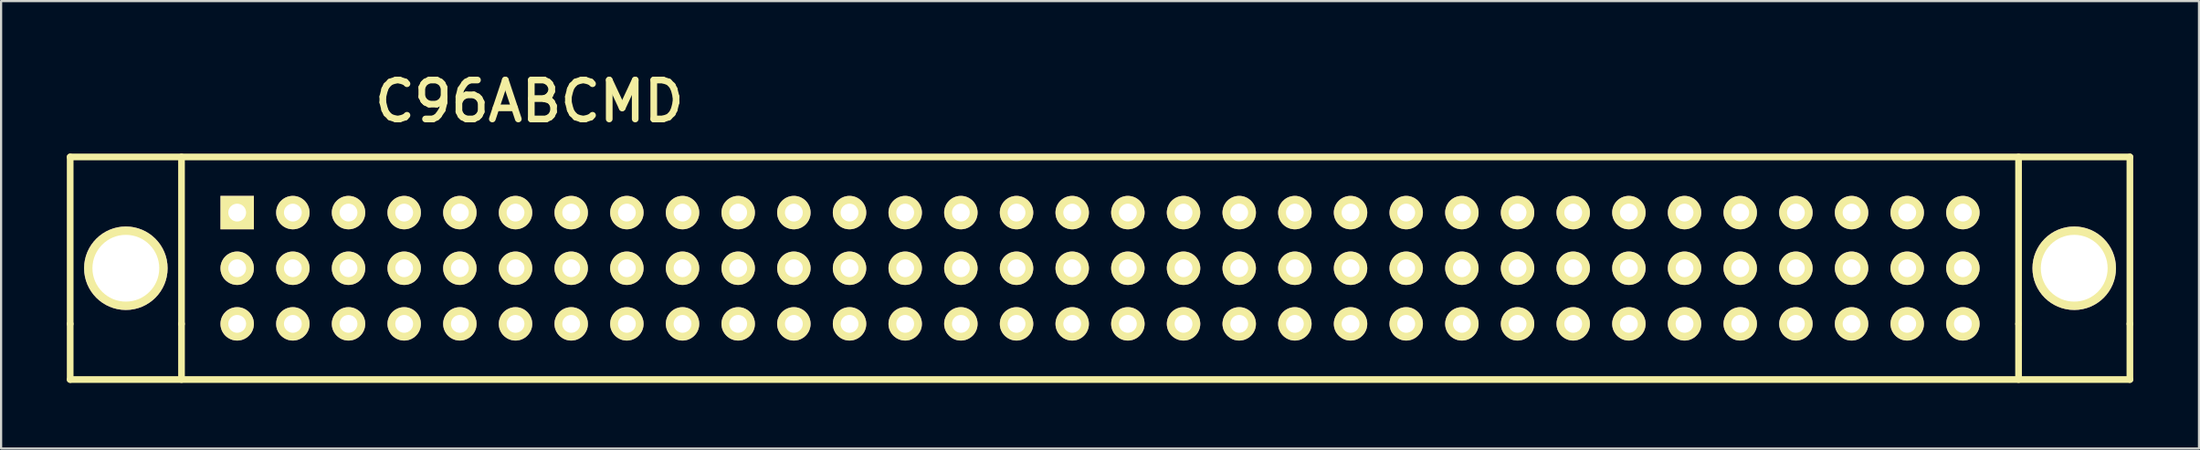
<source format=kicad_pcb>
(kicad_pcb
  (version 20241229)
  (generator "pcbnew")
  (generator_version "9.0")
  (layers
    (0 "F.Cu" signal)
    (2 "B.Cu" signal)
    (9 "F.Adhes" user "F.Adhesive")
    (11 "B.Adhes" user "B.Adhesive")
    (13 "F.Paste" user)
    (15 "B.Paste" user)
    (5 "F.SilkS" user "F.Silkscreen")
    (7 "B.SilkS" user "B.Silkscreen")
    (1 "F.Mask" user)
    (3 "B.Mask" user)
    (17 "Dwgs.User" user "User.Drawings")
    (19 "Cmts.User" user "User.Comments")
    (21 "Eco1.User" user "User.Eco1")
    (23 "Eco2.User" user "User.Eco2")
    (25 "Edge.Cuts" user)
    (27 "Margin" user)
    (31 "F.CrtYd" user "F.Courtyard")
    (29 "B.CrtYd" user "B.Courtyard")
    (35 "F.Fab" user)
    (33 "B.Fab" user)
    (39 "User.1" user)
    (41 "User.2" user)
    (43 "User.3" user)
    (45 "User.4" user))
  (footprint "C96ABCMD"
    (layer "F.Cu")
    (at 47.142 9.195)
    (property "Reference" "C96ABCMD" (at -26.035 -7.62 0) (layer "F.SilkS") (effects (font (size 1.778 1.778) (thickness 0.305))))
    (attr through_hole)
    (fp_line (start -46.99 -5.08) (end 46.99 -5.08) (stroke (width 0.305) (type solid)) (layer "F.SilkS"))
    (fp_line (start -46.99 2.54) (end -46.99 -5.08) (stroke (width 0.305) (type solid)) (layer "F.SilkS"))
    (fp_line (start -46.99 2.54) (end -46.99 5.08) (stroke (width 0.305) (type solid)) (layer "F.SilkS"))
    (fp_line (start -46.99 5.08) (end 46.99 5.08) (stroke (width 0.305) (type solid)) (layer "F.SilkS"))
    (fp_line (start -41.91 2.54) (end -41.91 -5.08) (stroke (width 0.305) (type solid)) (layer "F.SilkS"))
    (fp_line (start -41.91 2.54) (end -41.91 5.08) (stroke (width 0.305) (type solid)) (layer "F.SilkS"))
    (fp_line (start 41.91 2.54) (end 41.91 -5.08) (stroke (width 0.305) (type solid)) (layer "F.SilkS"))
    (fp_line (start 41.91 5.08) (end 41.91 2.54) (stroke (width 0.305) (type solid)) (layer "F.SilkS"))
    (fp_line (start 46.99 -5.08) (end 46.99 2.54) (stroke (width 0.305) (type solid)) (layer "F.SilkS"))
    (fp_line (start 46.99 5.08) (end 46.99 2.54) (stroke (width 0.305) (type solid)) (layer "F.SilkS"))
    (pad "65" thru_hole circle (at -44.45 0) (size 3.81 3.81) (drill 3.048) (layers "*.Cu" "*.Mask" "F.SilkS"))
    (pad "66" thru_hole circle (at 44.45 0) (size 3.81 3.81) (drill 3.048) (layers "*.Cu" "*.Mask" "F.SilkS"))
    (pad "A1" thru_hole rect (at -39.37 -2.54) (size 1.524 1.524) (drill 0.813) (layers "*.Cu" "*.Mask" "F.SilkS"))
    (pad "A2" thru_hole circle (at -36.83 -2.54) (size 1.524 1.524) (drill 0.813) (layers "*.Cu" "*.Mask" "F.SilkS"))
    (pad "A3" thru_hole circle (at -34.29 -2.54) (size 1.524 1.524) (drill 0.813) (layers "*.Cu" "*.Mask" "F.SilkS"))
    (pad "A4" thru_hole circle (at -31.75 -2.54) (size 1.524 1.524) (drill 0.813) (layers "*.Cu" "*.Mask" "F.SilkS"))
    (pad "A5" thru_hole circle (at -29.21 -2.54) (size 1.524 1.524) (drill 0.813) (layers "*.Cu" "*.Mask" "F.SilkS"))
    (pad "A6" thru_hole circle (at -26.67 -2.54) (size 1.524 1.524) (drill 0.813) (layers "*.Cu" "*.Mask" "F.SilkS"))
    (pad "A7" thru_hole circle (at -24.13 -2.54) (size 1.524 1.524) (drill 0.813) (layers "*.Cu" "*.Mask" "F.SilkS"))
    (pad "A8" thru_hole circle (at -21.59 -2.54) (size 1.524 1.524) (drill 0.813) (layers "*.Cu" "*.Mask" "F.SilkS"))
    (pad "A9" thru_hole circle (at -19.05 -2.54) (size 1.524 1.524) (drill 0.813) (layers "*.Cu" "*.Mask" "F.SilkS"))
    (pad "A10" thru_hole circle (at -16.51 -2.54) (size 1.524 1.524) (drill 0.813) (layers "*.Cu" "*.Mask" "F.SilkS"))
    (pad "A11" thru_hole circle (at -13.97 -2.54) (size 1.524 1.524) (drill 0.813) (layers "*.Cu" "*.Mask" "F.SilkS"))
    (pad "A12" thru_hole circle (at -11.43 -2.54) (size 1.524 1.524) (drill 0.813) (layers "*.Cu" "*.Mask" "F.SilkS"))
    (pad "A13" thru_hole circle (at -8.89 -2.54) (size 1.524 1.524) (drill 0.813) (layers "*.Cu" "*.Mask" "F.SilkS"))
    (pad "A14" thru_hole circle (at -6.35 -2.54) (size 1.524 1.524) (drill 0.813) (layers "*.Cu" "*.Mask" "F.SilkS"))
    (pad "A15" thru_hole circle (at -3.81 -2.54) (size 1.524 1.524) (drill 0.813) (layers "*.Cu" "*.Mask" "F.SilkS"))
    (pad "A16" thru_hole circle (at -1.27 -2.54) (size 1.524 1.524) (drill 0.813) (layers "*.Cu" "*.Mask" "F.SilkS"))
    (pad "A17" thru_hole circle (at 1.27 -2.54) (size 1.524 1.524) (drill 0.813) (layers "*.Cu" "*.Mask" "F.SilkS"))
    (pad "A18" thru_hole circle (at 3.81 -2.54) (size 1.524 1.524) (drill 0.813) (layers "*.Cu" "*.Mask" "F.SilkS"))
    (pad "A19" thru_hole circle (at 6.35 -2.54) (size 1.524 1.524) (drill 0.813) (layers "*.Cu" "*.Mask" "F.SilkS"))
    (pad "A20" thru_hole circle (at 8.89 -2.54) (size 1.524 1.524) (drill 0.813) (layers "*.Cu" "*.Mask" "F.SilkS"))
    (pad "A21" thru_hole circle (at 11.43 -2.54) (size 1.524 1.524) (drill 0.813) (layers "*.Cu" "*.Mask" "F.SilkS"))
    (pad "A22" thru_hole circle (at 13.97 -2.54) (size 1.524 1.524) (drill 0.813) (layers "*.Cu" "*.Mask" "F.SilkS"))
    (pad "A23" thru_hole circle (at 16.51 -2.54) (size 1.524 1.524) (drill 0.813) (layers "*.Cu" "*.Mask" "F.SilkS"))
    (pad "A24" thru_hole circle (at 19.05 -2.54) (size 1.524 1.524) (drill 0.813) (layers "*.Cu" "*.Mask" "F.SilkS"))
    (pad "A25" thru_hole circle (at 21.59 -2.54) (size 1.524 1.524) (drill 0.813) (layers "*.Cu" "*.Mask" "F.SilkS"))
    (pad "A26" thru_hole circle (at 24.13 -2.54) (size 1.524 1.524) (drill 0.813) (layers "*.Cu" "*.Mask" "F.SilkS"))
    (pad "A27" thru_hole circle (at 26.67 -2.54) (size 1.524 1.524) (drill 0.813) (layers "*.Cu" "*.Mask" "F.SilkS"))
    (pad "A28" thru_hole circle (at 29.21 -2.54) (size 1.524 1.524) (drill 0.813) (layers "*.Cu" "*.Mask" "F.SilkS"))
    (pad "A29" thru_hole circle (at 31.75 -2.54) (size 1.524 1.524) (drill 0.813) (layers "*.Cu" "*.Mask" "F.SilkS"))
    (pad "A30" thru_hole circle (at 34.29 -2.54) (size 1.524 1.524) (drill 0.813) (layers "*.Cu" "*.Mask" "F.SilkS"))
    (pad "A31" thru_hole circle (at 36.83 -2.54) (size 1.524 1.524) (drill 0.813) (layers "*.Cu" "*.Mask" "F.SilkS"))
    (pad "A32" thru_hole circle (at 39.37 -2.54) (size 1.524 1.524) (drill 0.813) (layers "*.Cu" "*.Mask" "F.SilkS"))
    (pad "B1" thru_hole circle (at -39.37 0) (size 1.524 1.524) (drill 0.813) (layers "*.Cu" "*.Mask" "F.SilkS"))
    (pad "B2" thru_hole circle (at -36.83 0) (size 1.524 1.524) (drill 0.813) (layers "*.Cu" "*.Mask" "F.SilkS"))
    (pad "B3" thru_hole circle (at -34.29 0) (size 1.524 1.524) (drill 0.813) (layers "*.Cu" "*.Mask" "F.SilkS"))
    (pad "B4" thru_hole circle (at -31.75 0) (size 1.524 1.524) (drill 0.813) (layers "*.Cu" "*.Mask" "F.SilkS"))
    (pad "B5" thru_hole circle (at -29.21 0) (size 1.524 1.524) (drill 0.813) (layers "*.Cu" "*.Mask" "F.SilkS"))
    (pad "B6" thru_hole circle (at -26.67 0) (size 1.524 1.524) (drill 0.813) (layers "*.Cu" "*.Mask" "F.SilkS"))
    (pad "B7" thru_hole circle (at -24.13 0) (size 1.524 1.524) (drill 0.813) (layers "*.Cu" "*.Mask" "F.SilkS"))
    (pad "B8" thru_hole circle (at -21.59 0) (size 1.524 1.524) (drill 0.813) (layers "*.Cu" "*.Mask" "F.SilkS"))
    (pad "B9" thru_hole circle (at -19.05 0) (size 1.524 1.524) (drill 0.813) (layers "*.Cu" "*.Mask" "F.SilkS"))
    (pad "B10" thru_hole circle (at -16.51 0) (size 1.524 1.524) (drill 0.813) (layers "*.Cu" "*.Mask" "F.SilkS"))
    (pad "B11" thru_hole circle (at -13.97 0) (size 1.524 1.524) (drill 0.813) (layers "*.Cu" "*.Mask" "F.SilkS"))
    (pad "B12" thru_hole circle (at -11.43 0) (size 1.524 1.524) (drill 0.813) (layers "*.Cu" "*.Mask" "F.SilkS"))
    (pad "B13" thru_hole circle (at -8.89 0) (size 1.524 1.524) (drill 0.813) (layers "*.Cu" "*.Mask" "F.SilkS"))
    (pad "B14" thru_hole circle (at -6.35 0) (size 1.524 1.524) (drill 0.813) (layers "*.Cu" "*.Mask" "F.SilkS"))
    (pad "B15" thru_hole circle (at -3.81 0) (size 1.524 1.524) (drill 0.813) (layers "*.Cu" "*.Mask" "F.SilkS"))
    (pad "B16" thru_hole circle (at -1.27 0) (size 1.524 1.524) (drill 0.813) (layers "*.Cu" "*.Mask" "F.SilkS"))
    (pad "B17" thru_hole circle (at 1.27 0) (size 1.524 1.524) (drill 0.813) (layers "*.Cu" "*.Mask" "F.SilkS"))
    (pad "B18" thru_hole circle (at 3.81 0) (size 1.524 1.524) (drill 0.813) (layers "*.Cu" "*.Mask" "F.SilkS"))
    (pad "B19" thru_hole circle (at 6.35 0) (size 1.524 1.524) (drill 0.813) (layers "*.Cu" "*.Mask" "F.SilkS"))
    (pad "B20" thru_hole circle (at 8.89 0) (size 1.524 1.524) (drill 0.813) (layers "*.Cu" "*.Mask" "F.SilkS"))
    (pad "B21" thru_hole circle (at 11.43 0) (size 1.524 1.524) (drill 0.813) (layers "*.Cu" "*.Mask" "F.SilkS"))
    (pad "B22" thru_hole circle (at 13.97 0) (size 1.524 1.524) (drill 0.813) (layers "*.Cu" "*.Mask" "F.SilkS"))
    (pad "B23" thru_hole circle (at 16.51 0) (size 1.524 1.524) (drill 0.813) (layers "*.Cu" "*.Mask" "F.SilkS"))
    (pad "B24" thru_hole circle (at 19.05 0) (size 1.524 1.524) (drill 0.813) (layers "*.Cu" "*.Mask" "F.SilkS"))
    (pad "B25" thru_hole circle (at 21.59 0) (size 1.524 1.524) (drill 0.813) (layers "*.Cu" "*.Mask" "F.SilkS"))
    (pad "B26" thru_hole circle (at 24.13 0) (size 1.524 1.524) (drill 0.813) (layers "*.Cu" "*.Mask" "F.SilkS"))
    (pad "B27" thru_hole circle (at 26.67 0) (size 1.524 1.524) (drill 0.813) (layers "*.Cu" "*.Mask" "F.SilkS"))
    (pad "B28" thru_hole circle (at 29.21 0) (size 1.524 1.524) (drill 0.813) (layers "*.Cu" "*.Mask" "F.SilkS"))
    (pad "B29" thru_hole circle (at 31.75 0) (size 1.524 1.524) (drill 0.813) (layers "*.Cu" "*.Mask" "F.SilkS"))
    (pad "B30" thru_hole circle (at 34.29 0) (size 1.524 1.524) (drill 0.813) (layers "*.Cu" "*.Mask" "F.SilkS"))
    (pad "B31" thru_hole circle (at 36.83 0) (size 1.524 1.524) (drill 0.813) (layers "*.Cu" "*.Mask" "F.SilkS"))
    (pad "B32" thru_hole circle (at 39.37 0) (size 1.524 1.524) (drill 0.813) (layers "*.Cu" "*.Mask" "F.SilkS"))
    (pad "C1" thru_hole circle (at -39.37 2.54) (size 1.524 1.524) (drill 0.813) (layers "*.Cu" "*.Mask" "F.SilkS"))
    (pad "C2" thru_hole circle (at -36.83 2.54) (size 1.524 1.524) (drill 0.813) (layers "*.Cu" "*.Mask" "F.SilkS"))
    (pad "C3" thru_hole circle (at -34.29 2.54) (size 1.524 1.524) (drill 0.813) (layers "*.Cu" "*.Mask" "F.SilkS"))
    (pad "C4" thru_hole circle (at -31.75 2.54) (size 1.524 1.524) (drill 0.813) (layers "*.Cu" "*.Mask" "F.SilkS"))
    (pad "C5" thru_hole circle (at -29.21 2.54) (size 1.524 1.524) (drill 0.813) (layers "*.Cu" "*.Mask" "F.SilkS"))
    (pad "C6" thru_hole circle (at -26.67 2.54) (size 1.524 1.524) (drill 0.813) (layers "*.Cu" "*.Mask" "F.SilkS"))
    (pad "C7" thru_hole circle (at -24.13 2.54) (size 1.524 1.524) (drill 0.813) (layers "*.Cu" "*.Mask" "F.SilkS"))
    (pad "C8" thru_hole circle (at -21.59 2.54) (size 1.524 1.524) (drill 0.813) (layers "*.Cu" "*.Mask" "F.SilkS"))
    (pad "C9" thru_hole circle (at -19.05 2.54) (size 1.524 1.524) (drill 0.813) (layers "*.Cu" "*.Mask" "F.SilkS"))
    (pad "C10" thru_hole circle (at -16.51 2.54) (size 1.524 1.524) (drill 0.813) (layers "*.Cu" "*.Mask" "F.SilkS"))
    (pad "C11" thru_hole circle (at -13.97 2.54) (size 1.524 1.524) (drill 0.813) (layers "*.Cu" "*.Mask" "F.SilkS"))
    (pad "C12" thru_hole circle (at -11.43 2.54) (size 1.524 1.524) (drill 0.813) (layers "*.Cu" "*.Mask" "F.SilkS"))
    (pad "C13" thru_hole circle (at -8.89 2.54) (size 1.524 1.524) (drill 0.813) (layers "*.Cu" "*.Mask" "F.SilkS"))
    (pad "C14" thru_hole circle (at -6.35 2.54) (size 1.524 1.524) (drill 0.813) (layers "*.Cu" "*.Mask" "F.SilkS"))
    (pad "C15" thru_hole circle (at -3.81 2.54) (size 1.524 1.524) (drill 0.813) (layers "*.Cu" "*.Mask" "F.SilkS"))
    (pad "C16" thru_hole circle (at -1.27 2.54) (size 1.524 1.524) (drill 0.813) (layers "*.Cu" "*.Mask" "F.SilkS"))
    (pad "C17" thru_hole circle (at 1.27 2.54) (size 1.524 1.524) (drill 0.813) (layers "*.Cu" "*.Mask" "F.SilkS"))
    (pad "C18" thru_hole circle (at 3.81 2.54) (size 1.524 1.524) (drill 0.813) (layers "*.Cu" "*.Mask" "F.SilkS"))
    (pad "C19" thru_hole circle (at 6.35 2.54) (size 1.524 1.524) (drill 0.813) (layers "*.Cu" "*.Mask" "F.SilkS"))
    (pad "C20" thru_hole circle (at 8.89 2.54) (size 1.524 1.524) (drill 0.813) (layers "*.Cu" "*.Mask" "F.SilkS"))
    (pad "C21" thru_hole circle (at 11.43 2.54) (size 1.524 1.524) (drill 0.813) (layers "*.Cu" "*.Mask" "F.SilkS"))
    (pad "C22" thru_hole circle (at 13.97 2.54) (size 1.524 1.524) (drill 0.813) (layers "*.Cu" "*.Mask" "F.SilkS"))
    (pad "C23" thru_hole circle (at 16.51 2.54) (size 1.524 1.524) (drill 0.813) (layers "*.Cu" "*.Mask" "F.SilkS"))
    (pad "C24" thru_hole circle (at 19.05 2.54) (size 1.524 1.524) (drill 0.813) (layers "*.Cu" "*.Mask" "F.SilkS"))
    (pad "C25" thru_hole circle (at 21.59 2.54) (size 1.524 1.524) (drill 0.813) (layers "*.Cu" "*.Mask" "F.SilkS"))
    (pad "C26" thru_hole circle (at 24.13 2.54) (size 1.524 1.524) (drill 0.813) (layers "*.Cu" "*.Mask" "F.SilkS"))
    (pad "C27" thru_hole circle (at 26.67 2.54) (size 1.524 1.524) (drill 0.813) (layers "*.Cu" "*.Mask" "F.SilkS"))
    (pad "C28" thru_hole circle (at 29.21 2.54) (size 1.524 1.524) (drill 0.813) (layers "*.Cu" "*.Mask" "F.SilkS"))
    (pad "C29" thru_hole circle (at 31.75 2.54) (size 1.524 1.524) (drill 0.813) (layers "*.Cu" "*.Mask" "F.SilkS"))
    (pad "C30" thru_hole circle (at 34.29 2.54) (size 1.524 1.524) (drill 0.813) (layers "*.Cu" "*.Mask" "F.SilkS"))
    (pad "C31" thru_hole circle (at 36.83 2.54) (size 1.524 1.524) (drill 0.813) (layers "*.Cu" "*.Mask" "F.SilkS"))
    (pad "C32" thru_hole circle (at 39.37 2.54) (size 1.524 1.524) (drill 0.813) (layers "*.Cu" "*.Mask" "F.SilkS")))
  (gr_rect
    (start -3 -3)
    (end 97.285 17.427)
    (stroke (width 0.1) (type default))
    (fill no)
    (layer "Edge.Cuts")))
</source>
